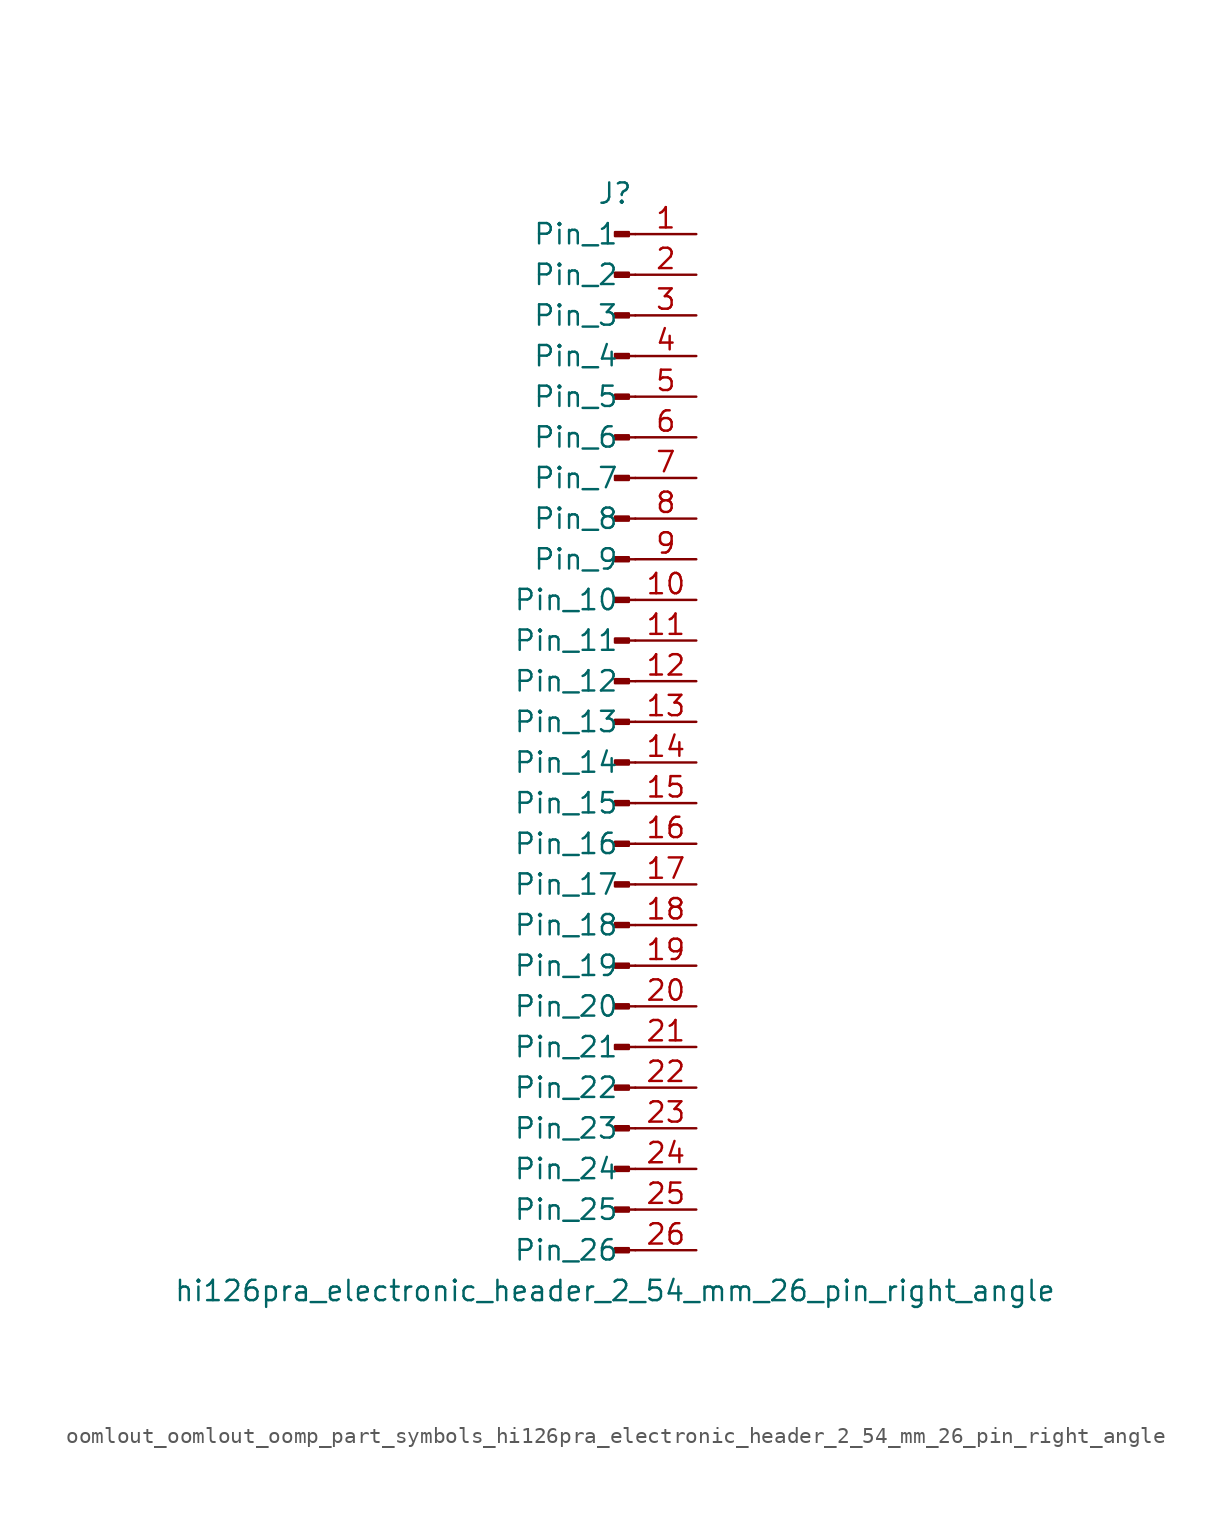
<source format=kicad_sym>
(kicad_symbol_lib
  (version 20220914)
  (generator kicad_symbol_editor)
  (symbol "oomlout_oomlout_oomp_part_symbols_hi126pra_electronic_header_2_54_mm_26_pin_right_angle"
    (pin_names
      (offset 1.016))
    (property "Reference" "J"
      (at 0 33.02 0)
      (effects (font (size 1.27 1.27))))
    (property "Value" "hi126pra_electronic_header_2_54_mm_26_pin_right_angle"
      (at 0 -35.56 0)
      (effects (font (size 1.27 1.27))))
    (property "ki_locked" ""
      (at 0 0 0)
      (effects (font (size 1.27 1.27))))
    (symbol "oomlout_oomlout_oomp_part_symbols_hi126pra_electronic_header_2_54_mm_26_pin_right_angle_1_1"
      (polyline (pts (xy 1.27 -33.02) (xy 0.864 -33.02)) (stroke (width 0.152) (type default)) (fill (type none)))
      (polyline (pts (xy 1.27 -30.48) (xy 0.864 -30.48)) (stroke (width 0.152) (type default)) (fill (type none)))
      (polyline (pts (xy 1.27 -27.94) (xy 0.864 -27.94)) (stroke (width 0.152) (type default)) (fill (type none)))
      (polyline (pts (xy 1.27 -25.4) (xy 0.864 -25.4)) (stroke (width 0.152) (type default)) (fill (type none)))
      (polyline (pts (xy 1.27 -22.86) (xy 0.864 -22.86)) (stroke (width 0.152) (type default)) (fill (type none)))
      (polyline (pts (xy 1.27 -20.32) (xy 0.864 -20.32)) (stroke (width 0.152) (type default)) (fill (type none)))
      (polyline (pts (xy 1.27 -17.78) (xy 0.864 -17.78)) (stroke (width 0.152) (type default)) (fill (type none)))
      (polyline (pts (xy 1.27 -15.24) (xy 0.864 -15.24)) (stroke (width 0.152) (type default)) (fill (type none)))
      (polyline (pts (xy 1.27 -12.7) (xy 0.864 -12.7)) (stroke (width 0.152) (type default)) (fill (type none)))
      (polyline (pts (xy 1.27 -10.16) (xy 0.864 -10.16)) (stroke (width 0.152) (type default)) (fill (type none)))
      (polyline (pts (xy 1.27 -7.62) (xy 0.864 -7.62)) (stroke (width 0.152) (type default)) (fill (type none)))
      (polyline (pts (xy 1.27 -5.08) (xy 0.864 -5.08)) (stroke (width 0.152) (type default)) (fill (type none)))
      (polyline (pts (xy 1.27 -2.54) (xy 0.864 -2.54)) (stroke (width 0.152) (type default)) (fill (type none)))
      (polyline (pts (xy 1.27 0) (xy 0.864 0)) (stroke (width 0.152) (type default)) (fill (type none)))
      (polyline (pts (xy 1.27 2.54) (xy 0.864 2.54)) (stroke (width 0.152) (type default)) (fill (type none)))
      (polyline (pts (xy 1.27 5.08) (xy 0.864 5.08)) (stroke (width 0.152) (type default)) (fill (type none)))
      (polyline (pts (xy 1.27 7.62) (xy 0.864 7.62)) (stroke (width 0.152) (type default)) (fill (type none)))
      (polyline (pts (xy 1.27 10.16) (xy 0.864 10.16)) (stroke (width 0.152) (type default)) (fill (type none)))
      (polyline (pts (xy 1.27 12.7) (xy 0.864 12.7)) (stroke (width 0.152) (type default)) (fill (type none)))
      (polyline (pts (xy 1.27 15.24) (xy 0.864 15.24)) (stroke (width 0.152) (type default)) (fill (type none)))
      (polyline (pts (xy 1.27 17.78) (xy 0.864 17.78)) (stroke (width 0.152) (type default)) (fill (type none)))
      (polyline (pts (xy 1.27 20.32) (xy 0.864 20.32)) (stroke (width 0.152) (type default)) (fill (type none)))
      (polyline (pts (xy 1.27 22.86) (xy 0.864 22.86)) (stroke (width 0.152) (type default)) (fill (type none)))
      (polyline (pts (xy 1.27 25.4) (xy 0.864 25.4)) (stroke (width 0.152) (type default)) (fill (type none)))
      (polyline (pts (xy 1.27 27.94) (xy 0.864 27.94)) (stroke (width 0.152) (type default)) (fill (type none)))
      (polyline (pts (xy 1.27 30.48) (xy 0.864 30.48)) (stroke (width 0.152) (type default)) (fill (type none)))
      (rectangle (start 0.864 -32.893) (end 0 -33.147) (stroke (width 0.152) (type default)) (fill (type outline)))
      (rectangle (start 0.864 -30.353) (end 0 -30.607) (stroke (width 0.152) (type default)) (fill (type outline)))
      (rectangle (start 0.864 -27.813) (end 0 -28.067) (stroke (width 0.152) (type default)) (fill (type outline)))
      (rectangle (start 0.864 -25.273) (end 0 -25.527) (stroke (width 0.152) (type default)) (fill (type outline)))
      (rectangle (start 0.864 -22.733) (end 0 -22.987) (stroke (width 0.152) (type default)) (fill (type outline)))
      (rectangle (start 0.864 -20.193) (end 0 -20.447) (stroke (width 0.152) (type default)) (fill (type outline)))
      (rectangle (start 0.864 -17.653) (end 0 -17.907) (stroke (width 0.152) (type default)) (fill (type outline)))
      (rectangle (start 0.864 -15.113) (end 0 -15.367) (stroke (width 0.152) (type default)) (fill (type outline)))
      (rectangle (start 0.864 -12.573) (end 0 -12.827) (stroke (width 0.152) (type default)) (fill (type outline)))
      (rectangle (start 0.864 -10.033) (end 0 -10.287) (stroke (width 0.152) (type default)) (fill (type outline)))
      (rectangle (start 0.864 -7.493) (end 0 -7.747) (stroke (width 0.152) (type default)) (fill (type outline)))
      (rectangle (start 0.864 -4.953) (end 0 -5.207) (stroke (width 0.152) (type default)) (fill (type outline)))
      (rectangle (start 0.864 -2.413) (end 0 -2.667) (stroke (width 0.152) (type default)) (fill (type outline)))
      (rectangle (start 0.864 0.127) (end 0 -0.127) (stroke (width 0.152) (type default)) (fill (type outline)))
      (rectangle (start 0.864 2.667) (end 0 2.413) (stroke (width 0.152) (type default)) (fill (type outline)))
      (rectangle (start 0.864 5.207) (end 0 4.953) (stroke (width 0.152) (type default)) (fill (type outline)))
      (rectangle (start 0.864 7.747) (end 0 7.493) (stroke (width 0.152) (type default)) (fill (type outline)))
      (rectangle (start 0.864 10.287) (end 0 10.033) (stroke (width 0.152) (type default)) (fill (type outline)))
      (rectangle (start 0.864 12.827) (end 0 12.573) (stroke (width 0.152) (type default)) (fill (type outline)))
      (rectangle (start 0.864 15.367) (end 0 15.113) (stroke (width 0.152) (type default)) (fill (type outline)))
      (rectangle (start 0.864 17.907) (end 0 17.653) (stroke (width 0.152) (type default)) (fill (type outline)))
      (rectangle (start 0.864 20.447) (end 0 20.193) (stroke (width 0.152) (type default)) (fill (type outline)))
      (rectangle (start 0.864 22.987) (end 0 22.733) (stroke (width 0.152) (type default)) (fill (type outline)))
      (rectangle (start 0.864 25.527) (end 0 25.273) (stroke (width 0.152) (type default)) (fill (type outline)))
      (rectangle (start 0.864 28.067) (end 0 27.813) (stroke (width 0.152) (type default)) (fill (type outline)))
      (rectangle (start 0.864 30.607) (end 0 30.353) (stroke (width 0.152) (type default)) (fill (type outline)))
      (pin passive line (at 5.08 30.48 180) (length 3.81) (name "Pin_1" (effects (font (size 1.27 1.27)))) (number "1" (effects (font (size 1.27 1.27)))))
      (pin passive line (at 5.08 7.62 180) (length 3.81) (name "Pin_10" (effects (font (size 1.27 1.27)))) (number "10" (effects (font (size 1.27 1.27)))))
      (pin passive line (at 5.08 5.08 180) (length 3.81) (name "Pin_11" (effects (font (size 1.27 1.27)))) (number "11" (effects (font (size 1.27 1.27)))))
      (pin passive line (at 5.08 2.54 180) (length 3.81) (name "Pin_12" (effects (font (size 1.27 1.27)))) (number "12" (effects (font (size 1.27 1.27)))))
      (pin passive line (at 5.08 0 180) (length 3.81) (name "Pin_13" (effects (font (size 1.27 1.27)))) (number "13" (effects (font (size 1.27 1.27)))))
      (pin passive line (at 5.08 -2.54 180) (length 3.81) (name "Pin_14" (effects (font (size 1.27 1.27)))) (number "14" (effects (font (size 1.27 1.27)))))
      (pin passive line (at 5.08 -5.08 180) (length 3.81) (name "Pin_15" (effects (font (size 1.27 1.27)))) (number "15" (effects (font (size 1.27 1.27)))))
      (pin passive line (at 5.08 -7.62 180) (length 3.81) (name "Pin_16" (effects (font (size 1.27 1.27)))) (number "16" (effects (font (size 1.27 1.27)))))
      (pin passive line (at 5.08 -10.16 180) (length 3.81) (name "Pin_17" (effects (font (size 1.27 1.27)))) (number "17" (effects (font (size 1.27 1.27)))))
      (pin passive line (at 5.08 -12.7 180) (length 3.81) (name "Pin_18" (effects (font (size 1.27 1.27)))) (number "18" (effects (font (size 1.27 1.27)))))
      (pin passive line (at 5.08 -15.24 180) (length 3.81) (name "Pin_19" (effects (font (size 1.27 1.27)))) (number "19" (effects (font (size 1.27 1.27)))))
      (pin passive line (at 5.08 27.94 180) (length 3.81) (name "Pin_2" (effects (font (size 1.27 1.27)))) (number "2" (effects (font (size 1.27 1.27)))))
      (pin passive line (at 5.08 -17.78 180) (length 3.81) (name "Pin_20" (effects (font (size 1.27 1.27)))) (number "20" (effects (font (size 1.27 1.27)))))
      (pin passive line (at 5.08 -20.32 180) (length 3.81) (name "Pin_21" (effects (font (size 1.27 1.27)))) (number "21" (effects (font (size 1.27 1.27)))))
      (pin passive line (at 5.08 -22.86 180) (length 3.81) (name "Pin_22" (effects (font (size 1.27 1.27)))) (number "22" (effects (font (size 1.27 1.27)))))
      (pin passive line (at 5.08 -25.4 180) (length 3.81) (name "Pin_23" (effects (font (size 1.27 1.27)))) (number "23" (effects (font (size 1.27 1.27)))))
      (pin passive line (at 5.08 -27.94 180) (length 3.81) (name "Pin_24" (effects (font (size 1.27 1.27)))) (number "24" (effects (font (size 1.27 1.27)))))
      (pin passive line (at 5.08 -30.48 180) (length 3.81) (name "Pin_25" (effects (font (size 1.27 1.27)))) (number "25" (effects (font (size 1.27 1.27)))))
      (pin passive line (at 5.08 -33.02 180) (length 3.81) (name "Pin_26" (effects (font (size 1.27 1.27)))) (number "26" (effects (font (size 1.27 1.27)))))
      (pin passive line (at 5.08 25.4 180) (length 3.81) (name "Pin_3" (effects (font (size 1.27 1.27)))) (number "3" (effects (font (size 1.27 1.27)))))
      (pin passive line (at 5.08 22.86 180) (length 3.81) (name "Pin_4" (effects (font (size 1.27 1.27)))) (number "4" (effects (font (size 1.27 1.27)))))
      (pin passive line (at 5.08 20.32 180) (length 3.81) (name "Pin_5" (effects (font (size 1.27 1.27)))) (number "5" (effects (font (size 1.27 1.27)))))
      (pin passive line (at 5.08 17.78 180) (length 3.81) (name "Pin_6" (effects (font (size 1.27 1.27)))) (number "6" (effects (font (size 1.27 1.27)))))
      (pin passive line (at 5.08 15.24 180) (length 3.81) (name "Pin_7" (effects (font (size 1.27 1.27)))) (number "7" (effects (font (size 1.27 1.27)))))
      (pin passive line (at 5.08 12.7 180) (length 3.81) (name "Pin_8" (effects (font (size 1.27 1.27)))) (number "8" (effects (font (size 1.27 1.27)))))
      (pin passive line (at 5.08 10.16 180) (length 3.81) (name "Pin_9" (effects (font (size 1.27 1.27)))) (number "9" (effects (font (size 1.27 1.27))))))))
</source>
